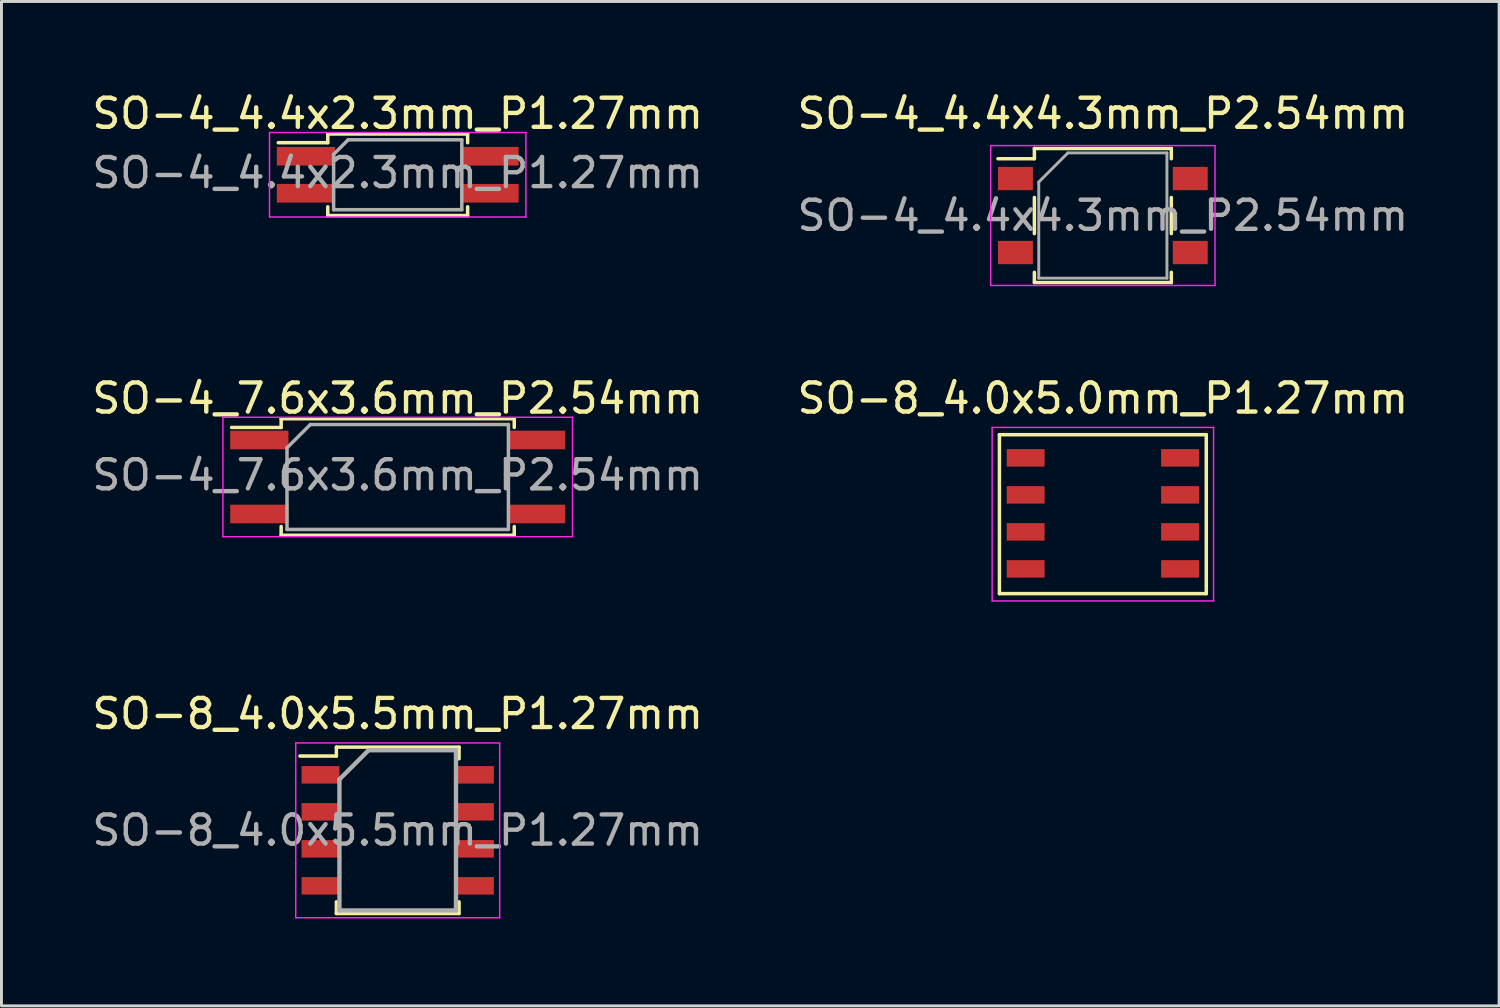
<source format=kicad_pcb>
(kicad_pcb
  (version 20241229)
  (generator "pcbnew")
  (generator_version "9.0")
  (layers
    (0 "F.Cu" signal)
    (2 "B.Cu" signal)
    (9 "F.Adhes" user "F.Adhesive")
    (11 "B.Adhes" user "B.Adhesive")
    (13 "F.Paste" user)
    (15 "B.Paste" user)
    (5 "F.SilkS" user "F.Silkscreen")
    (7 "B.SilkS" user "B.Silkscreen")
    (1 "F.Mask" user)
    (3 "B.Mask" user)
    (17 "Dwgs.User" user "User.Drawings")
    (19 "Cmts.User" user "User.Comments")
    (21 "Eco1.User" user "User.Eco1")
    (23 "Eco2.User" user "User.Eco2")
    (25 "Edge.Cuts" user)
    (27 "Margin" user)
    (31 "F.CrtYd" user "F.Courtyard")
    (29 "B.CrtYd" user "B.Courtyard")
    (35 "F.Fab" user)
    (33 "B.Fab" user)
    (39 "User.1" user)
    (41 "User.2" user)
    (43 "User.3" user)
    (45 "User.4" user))
  (footprint "SO-4_4.4x4.3mm_P2.54mm"
    (layer "F.Cu")
    (at 34.804 4.348)
    (property "Reference" "SO-4_4.4x4.3mm_P2.54mm" (at 0 -3.5 0) (layer "F.SilkS") (effects (font (size 1 1) (thickness 0.15))))
    (attr smd)
    (fp_line (start -2.35 -2.3) (end 2.35 -2.3) (stroke (width 0.12) (type solid)) (layer "F.SilkS"))
    (fp_line (start -2.35 -1.95) (end -3.6 -1.95) (stroke (width 0.12) (type solid)) (layer "F.SilkS"))
    (fp_line (start -2.35 -1.95) (end -2.35 -2.3) (stroke (width 0.12) (type solid)) (layer "F.SilkS"))
    (fp_line (start -2.35 0.62) (end -2.35 -0.62) (stroke (width 0.12) (type solid)) (layer "F.SilkS"))
    (fp_line (start -2.35 1.95) (end -2.35 2.3) (stroke (width 0.12) (type solid)) (layer "F.SilkS"))
    (fp_line (start -2.35 2.3) (end 2.35 2.3) (stroke (width 0.12) (type solid)) (layer "F.SilkS"))
    (fp_line (start 2.35 -2.3) (end 2.35 -1.95) (stroke (width 0.12) (type solid)) (layer "F.SilkS"))
    (fp_line (start 2.35 0.62) (end 2.35 -0.62) (stroke (width 0.12) (type solid)) (layer "F.SilkS"))
    (fp_line (start 2.35 2.3) (end 2.35 1.95) (stroke (width 0.12) (type solid)) (layer "F.SilkS"))
    (fp_line (start -3.85 -2.4) (end 3.85 -2.4) (stroke (width 0.05) (type solid)) (layer "F.CrtYd"))
    (fp_line (start -3.85 2.4) (end -3.85 -2.4) (stroke (width 0.05) (type solid)) (layer "F.CrtYd"))
    (fp_line (start 3.85 -2.4) (end 3.85 2.4) (stroke (width 0.05) (type solid)) (layer "F.CrtYd"))
    (fp_line (start 3.85 2.4) (end -3.85 2.4) (stroke (width 0.05) (type solid)) (layer "F.CrtYd"))
    (fp_line (start -2.2 -1.15) (end -1.2 -2.15) (stroke (width 0.1) (type solid)) (layer "F.Fab"))
    (fp_line (start -2.2 2.15) (end -2.2 -1.15) (stroke (width 0.1) (type solid)) (layer "F.Fab"))
    (fp_line (start -2.2 2.15) (end 2.2 2.15) (stroke (width 0.1) (type solid)) (layer "F.Fab"))
    (fp_line (start -1.2 -2.15) (end 2.2 -2.15) (stroke (width 0.1) (type solid)) (layer "F.Fab"))
    (fp_line (start 2.2 2.15) (end 2.2 -2.15) (stroke (width 0.1) (type solid)) (layer "F.Fab"))
    (fp_text user "${REFERENCE}" (at 0 0 0) (layer "F.Fab") (effects (font (size 1 1) (thickness 0.15))))
    (pad "1" smd rect (at -3 -1.27 270) (size 0.8 1.2) (layers "F.Cu" "F.Mask" "F.Paste"))
    (pad "2" smd rect (at -3 1.27 270) (size 0.8 1.2) (layers "F.Cu" "F.Mask" "F.Paste"))
    (pad "3" smd rect (at 3 1.27 270) (size 0.8 1.2) (layers "F.Cu" "F.Mask" "F.Paste"))
    (pad "4" smd rect (at 3 -1.27 270) (size 0.8 1.2) (layers "F.Cu" "F.Mask" "F.Paste")))
  (footprint "SO-4_4.4x2.3mm_P1.27mm"
    (layer "F.Cu")
    (at 10.601 2.948)
    (property "Reference" "SO-4_4.4x2.3mm_P1.27mm" (at 0 -2.1 0) (layer "F.SilkS") (effects (font (size 1 1) (thickness 0.15))))
    (attr smd)
    (fp_line (start -2.4 -1.4) (end 2.4 -1.4) (stroke (width 0.12) (type solid)) (layer "F.SilkS"))
    (fp_line (start -2.4 -1.1) (end -4.1 -1.1) (stroke (width 0.12) (type solid)) (layer "F.SilkS"))
    (fp_line (start -2.4 -1.1) (end -2.4 -1.4) (stroke (width 0.12) (type solid)) (layer "F.SilkS"))
    (fp_line (start -2.4 1.4) (end -2.4 1.1) (stroke (width 0.12) (type solid)) (layer "F.SilkS"))
    (fp_line (start 2.4 -1.4) (end 2.4 -1.1) (stroke (width 0.12) (type solid)) (layer "F.SilkS"))
    (fp_line (start 2.4 1.1) (end 2.4 1.4) (stroke (width 0.12) (type solid)) (layer "F.SilkS"))
    (fp_line (start 2.4 1.4) (end -2.4 1.4) (stroke (width 0.12) (type solid)) (layer "F.SilkS"))
    (fp_line (start -4.4 -1.45) (end -4.4 1.45) (stroke (width 0.05) (type solid)) (layer "F.CrtYd"))
    (fp_line (start -4.4 -1.45) (end 4.4 -1.45) (stroke (width 0.05) (type solid)) (layer "F.CrtYd"))
    (fp_line (start 4.4 1.45) (end -4.4 1.45) (stroke (width 0.05) (type solid)) (layer "F.CrtYd"))
    (fp_line (start 4.4 1.45) (end 4.4 -1.45) (stroke (width 0.05) (type solid)) (layer "F.CrtYd"))
    (fp_line (start -2.2 -0.7) (end -2.2 1.2) (stroke (width 0.12) (type solid)) (layer "F.Fab"))
    (fp_line (start -2.2 1.2) (end 2.2 1.2) (stroke (width 0.12) (type solid)) (layer "F.Fab"))
    (fp_line (start -1.7 -1.2) (end -2.2 -0.7) (stroke (width 0.12) (type solid)) (layer "F.Fab"))
    (fp_line (start 2.2 -1.2) (end -1.7 -1.2) (stroke (width 0.12) (type solid)) (layer "F.Fab"))
    (fp_line (start 2.2 1.2) (end 2.2 -1.2) (stroke (width 0.12) (type solid)) (layer "F.Fab"))
    (fp_text user "${REFERENCE}" (at 0 -0.065 0) (layer "F.Fab") (effects (font (size 1 1) (thickness 0.15))))
    (pad "1" smd rect (at -3.15 -0.635) (size 2 0.64) (layers "F.Cu" "F.Mask" "F.Paste"))
    (pad "2" smd rect (at -3.15 0.635) (size 2 0.64) (layers "F.Cu" "F.Mask" "F.Paste"))
    (pad "3" smd rect (at 3.15 0.635) (size 2 0.64) (layers "F.Cu" "F.Mask" "F.Paste"))
    (pad "4" smd rect (at 3.15 -0.635) (size 2 0.64) (layers "F.Cu" "F.Mask" "F.Paste")))
  (footprint "SO-8_4.0x5.0mm_P1.27mm"
    (layer "F.Cu")
    (at 32.154 12.666)
    (property "Reference" "SO-8_4.0x5.0mm_P1.27mm" (at 2.65 -2.045 0) (layer "F.SilkS") (effects (font (size 1 1) (thickness 0.15))))
    (attr through_hole)
    (fp_line (start -0.9 -0.795) (end -0.9 4.66) (stroke (width 0.12) (type solid)) (layer "F.SilkS"))
    (fp_line (start -0.9 4.66) (end 6.2 4.66) (stroke (width 0.12) (type solid)) (layer "F.SilkS"))
    (fp_line (start 6.2 -0.795) (end -0.9 -0.795) (stroke (width 0.12) (type solid)) (layer "F.SilkS"))
    (fp_line (start 6.2 4.66) (end 6.2 -0.795) (stroke (width 0.12) (type solid)) (layer "F.SilkS"))
    (fp_line (start -1.15 -1.045) (end -1.15 4.91) (stroke (width 0.05) (type solid)) (layer "F.CrtYd"))
    (fp_line (start -1.15 4.91) (end 6.45 4.91) (stroke (width 0.05) (type solid)) (layer "F.CrtYd"))
    (fp_line (start 6.45 -1.045) (end -1.15 -1.045) (stroke (width 0.05) (type solid)) (layer "F.CrtYd"))
    (fp_line (start 6.45 4.91) (end 6.45 -1.045) (stroke (width 0.05) (type solid)) (layer "F.CrtYd"))
    (pad "1" smd rect (at 0 0) (size 1.3 0.6) (layers "F.Cu" "F.Mask" "F.Paste"))
    (pad "2" smd rect (at 0 1.27) (size 1.3 0.6) (layers "F.Cu" "F.Mask" "F.Paste"))
    (pad "3" smd rect (at 0 2.54) (size 1.3 0.6) (layers "F.Cu" "F.Mask" "F.Paste"))
    (pad "4" smd rect (at 0 3.81) (size 1.3 0.6) (layers "F.Cu" "F.Mask" "F.Paste"))
    (pad "5" smd rect (at 5.3 0) (size 1.3 0.6) (layers "F.Cu" "F.Mask" "F.Paste"))
    (pad "6" smd rect (at 5.3 1.27) (size 1.3 0.6) (layers "F.Cu" "F.Mask" "F.Paste"))
    (pad "7" smd rect (at 5.3 2.54) (size 1.3 0.6) (layers "F.Cu" "F.Mask" "F.Paste"))
    (pad "8" smd rect (at 5.3 3.81) (size 1.3 0.6) (layers "F.Cu" "F.Mask" "F.Paste")))
  (footprint "SO-8_4.0x5.5mm_P1.27mm"
    (layer "F.Cu")
    (at 10.601 25.45)
    (property "Reference" "SO-8_4.0x5.5mm_P1.27mm" (at 0 -4 0) (layer "F.SilkS") (effects (font (size 1 1) (thickness 0.15))))
    (attr smd)
    (fp_line (start -2.105 -2.855) (end -2.105 -2.55) (stroke (width 0.12) (type solid)) (layer "F.SilkS"))
    (fp_line (start -2.105 -2.855) (end 2.105 -2.855) (stroke (width 0.12) (type solid)) (layer "F.SilkS"))
    (fp_line (start -2.105 -2.55) (end -3.355 -2.55) (stroke (width 0.12) (type solid)) (layer "F.SilkS"))
    (fp_line (start -2.105 2.855) (end -2.105 2.455) (stroke (width 0.12) (type solid)) (layer "F.SilkS"))
    (fp_line (start -2.105 2.855) (end 2.105 2.855) (stroke (width 0.12) (type solid)) (layer "F.SilkS"))
    (fp_line (start 2.105 -2.855) (end 2.105 -2.455) (stroke (width 0.12) (type solid)) (layer "F.SilkS"))
    (fp_line (start 2.105 2.855) (end 2.105 2.455) (stroke (width 0.12) (type solid)) (layer "F.SilkS"))
    (fp_line (start -3.5 -3) (end -3.5 3) (stroke (width 0.05) (type solid)) (layer "F.CrtYd"))
    (fp_line (start -3.5 -3) (end 3.5 -3) (stroke (width 0.05) (type solid)) (layer "F.CrtYd"))
    (fp_line (start -3.5 3) (end 3.5 3) (stroke (width 0.05) (type solid)) (layer "F.CrtYd"))
    (fp_line (start 3.5 -3) (end 3.5 3) (stroke (width 0.05) (type solid)) (layer "F.CrtYd"))
    (fp_line (start -2 -1.75) (end -1 -2.75) (stroke (width 0.15) (type solid)) (layer "F.Fab"))
    (fp_line (start -2 2.75) (end -2 -1.75) (stroke (width 0.15) (type solid)) (layer "F.Fab"))
    (fp_line (start -1 -2.75) (end 2 -2.75) (stroke (width 0.15) (type solid)) (layer "F.Fab"))
    (fp_line (start 2 -2.75) (end 2 2.75) (stroke (width 0.15) (type solid)) (layer "F.Fab"))
    (fp_line (start 2 2.75) (end -2 2.75) (stroke (width 0.15) (type solid)) (layer "F.Fab"))
    (fp_text user "${REFERENCE}" (at 0 0 0) (layer "F.Fab") (effects (font (size 1 1) (thickness 0.15))))
    (pad "1" smd rect (at -2.65 -1.905) (size 1.3 0.6) (layers "F.Cu" "F.Mask" "F.Paste"))
    (pad "2" smd rect (at -2.65 -0.635) (size 1.3 0.6) (layers "F.Cu" "F.Mask" "F.Paste"))
    (pad "3" smd rect (at -2.65 0.635) (size 1.3 0.6) (layers "F.Cu" "F.Mask" "F.Paste"))
    (pad "4" smd rect (at -2.65 1.905) (size 1.3 0.6) (layers "F.Cu" "F.Mask" "F.Paste"))
    (pad "5" smd rect (at 2.65 1.905) (size 1.3 0.6) (layers "F.Cu" "F.Mask" "F.Paste"))
    (pad "6" smd rect (at 2.65 0.635) (size 1.3 0.6) (layers "F.Cu" "F.Mask" "F.Paste"))
    (pad "7" smd rect (at 2.65 -0.635) (size 1.3 0.6) (layers "F.Cu" "F.Mask" "F.Paste"))
    (pad "8" smd rect (at 2.65 -1.905) (size 1.3 0.6) (layers "F.Cu" "F.Mask" "F.Paste")))
  (footprint "SO-4_7.6x3.6mm_P2.54mm"
    (layer "F.Cu")
    (at 10.601 13.322)
    (property "Reference" "SO-4_7.6x3.6mm_P2.54mm" (at 0 -2.7 0) (layer "F.SilkS") (effects (font (size 1 1) (thickness 0.15))))
    (attr smd)
    (fp_line (start -4 -2) (end 4 -2) (stroke (width 0.12) (type solid)) (layer "F.SilkS"))
    (fp_line (start -4 -1.7) (end -5.7 -1.7) (stroke (width 0.12) (type solid)) (layer "F.SilkS"))
    (fp_line (start -4 -1.7) (end -4 -2) (stroke (width 0.12) (type solid)) (layer "F.SilkS"))
    (fp_line (start -4 2) (end -4 1.7) (stroke (width 0.12) (type solid)) (layer "F.SilkS"))
    (fp_line (start 4 -2) (end 4 -1.7) (stroke (width 0.12) (type solid)) (layer "F.SilkS"))
    (fp_line (start 4 1.7) (end 4 2) (stroke (width 0.12) (type solid)) (layer "F.SilkS"))
    (fp_line (start 4 2) (end -4 2) (stroke (width 0.12) (type solid)) (layer "F.SilkS"))
    (fp_line (start -6 -2.05) (end -6 2.05) (stroke (width 0.05) (type solid)) (layer "F.CrtYd"))
    (fp_line (start -6 -2.05) (end 6 -2.05) (stroke (width 0.05) (type solid)) (layer "F.CrtYd"))
    (fp_line (start 6 2.05) (end -6 2.05) (stroke (width 0.05) (type solid)) (layer "F.CrtYd"))
    (fp_line (start 6 2.05) (end 6 -2.05) (stroke (width 0.05) (type solid)) (layer "F.CrtYd"))
    (fp_line (start -3.8 -1) (end -3 -1.8) (stroke (width 0.12) (type solid)) (layer "F.Fab"))
    (fp_line (start -3.8 1.8) (end -3.8 -1) (stroke (width 0.12) (type solid)) (layer "F.Fab"))
    (fp_line (start -3 -1.8) (end 3.8 -1.8) (stroke (width 0.12) (type solid)) (layer "F.Fab"))
    (fp_line (start 3.8 -1.8) (end 3.8 1.8) (stroke (width 0.12) (type solid)) (layer "F.Fab"))
    (fp_line (start 3.8 1.8) (end -3.8 1.8) (stroke (width 0.12) (type solid)) (layer "F.Fab"))
    (fp_text user "${REFERENCE}" (at 0 -0.065 0) (layer "F.Fab") (effects (font (size 1 1) (thickness 0.15))))
    (pad "1" smd rect (at -4.75 -1.27) (size 2 0.64) (layers "F.Cu" "F.Mask" "F.Paste"))
    (pad "2" smd rect (at -4.75 1.27) (size 2 0.64) (layers "F.Cu" "F.Mask" "F.Paste"))
    (pad "3" smd rect (at 4.75 1.27) (size 2 0.64) (layers "F.Cu" "F.Mask" "F.Paste"))
    (pad "4" smd rect (at 4.75 -1.27) (size 2 0.64) (layers "F.Cu" "F.Mask" "F.Paste")))
  (gr_rect
    (start -3 -3)
    (end 48.405 31.475)
    (stroke (width 0.1) (type default))
    (fill no)
    (layer "Edge.Cuts")))
</source>
